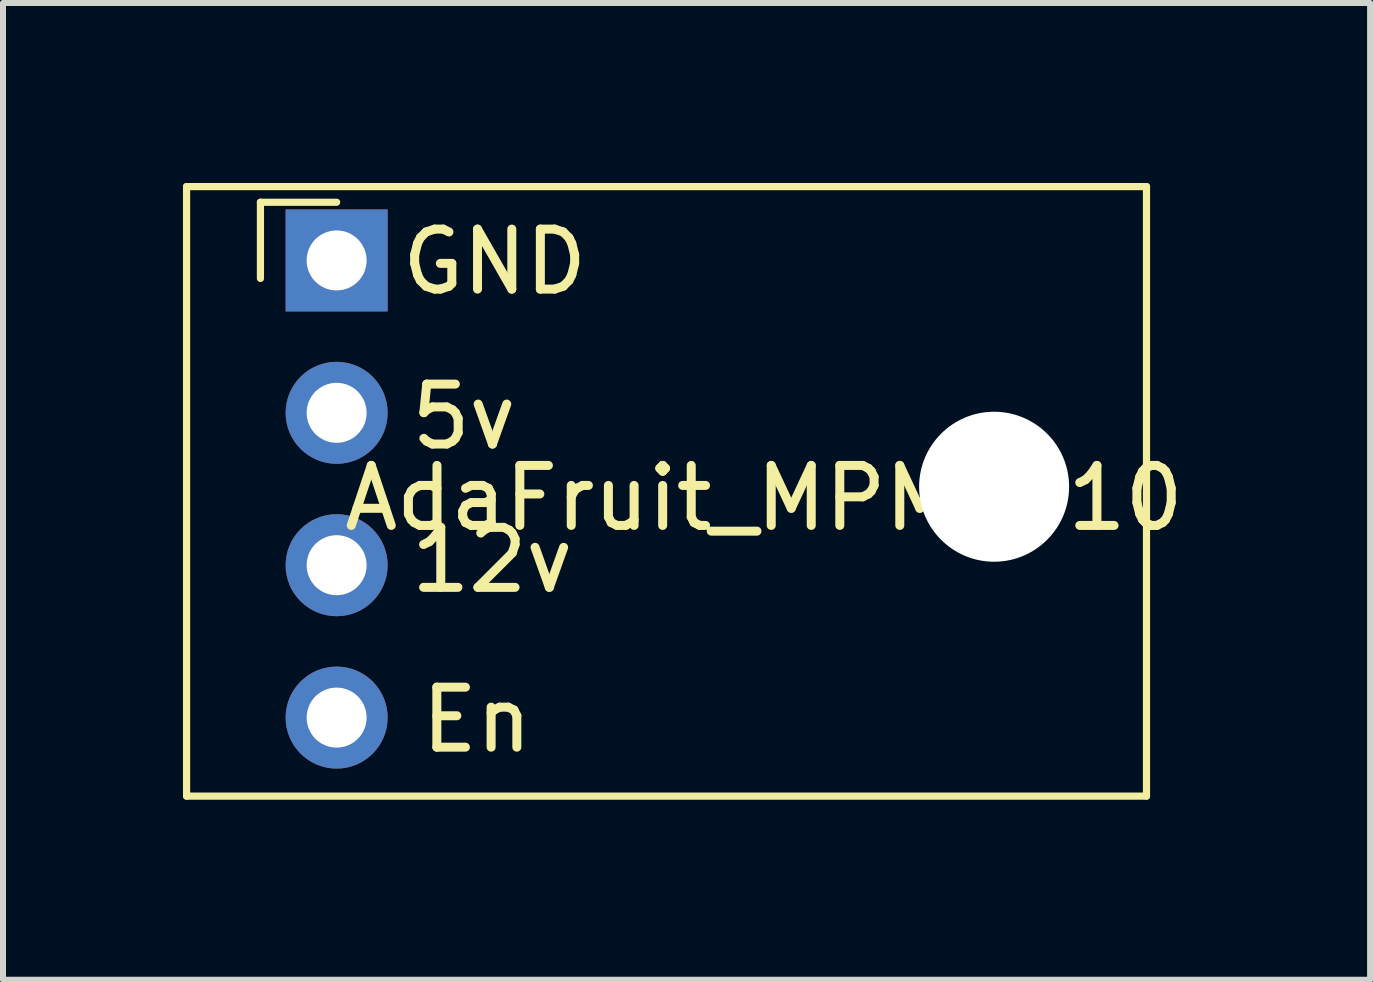
<source format=kicad_pcb>
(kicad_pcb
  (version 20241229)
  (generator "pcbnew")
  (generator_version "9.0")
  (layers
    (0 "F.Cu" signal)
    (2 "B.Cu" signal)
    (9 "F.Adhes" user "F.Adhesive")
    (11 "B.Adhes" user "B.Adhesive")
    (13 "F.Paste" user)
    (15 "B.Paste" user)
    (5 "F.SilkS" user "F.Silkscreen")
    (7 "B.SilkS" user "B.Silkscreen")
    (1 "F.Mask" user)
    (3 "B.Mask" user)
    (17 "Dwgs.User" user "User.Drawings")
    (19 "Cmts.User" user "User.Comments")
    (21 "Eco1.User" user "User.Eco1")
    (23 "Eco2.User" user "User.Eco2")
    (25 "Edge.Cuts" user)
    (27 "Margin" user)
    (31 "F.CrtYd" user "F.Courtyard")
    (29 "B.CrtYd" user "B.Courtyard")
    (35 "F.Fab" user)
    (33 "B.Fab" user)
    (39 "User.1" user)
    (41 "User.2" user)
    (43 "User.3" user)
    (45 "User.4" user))
  (footprint "AdaFruit_MPM3610"
    (layer "F.Cu")
    (at 2.561 1.291)
    (property "Reference" "AdaFruit_MPM3610" (at 7.125 3.962 0) (layer "F.SilkS") (effects (font (size 1 1) (thickness 0.15))))
    (attr through_hole)
    (fp_line (start -2.501 -1.231) (end -2.501 8.929) (stroke (width 0.12) (type solid)) (layer "F.SilkS"))
    (fp_line (start -2.501 -1.231) (end 13.499 -1.231) (stroke (width 0.12) (type solid)) (layer "F.SilkS"))
    (fp_line (start -2.501 8.929) (end 13.499 8.929) (stroke (width 0.12) (type solid)) (layer "F.SilkS"))
    (fp_line (start -1.27 -0.97) (end 0 -0.97) (stroke (width 0.12) (type solid)) (layer "F.SilkS"))
    (fp_line (start -1.27 0.3) (end -1.27 -0.97) (stroke (width 0.12) (type solid)) (layer "F.SilkS"))
    (fp_line (start 13.499 -1.231) (end 13.499 8.929) (stroke (width 0.12) (type solid)) (layer "F.SilkS"))
    (fp_line (start -0.32 -0.32) (end -0.32 0.32) (stroke (width 0.1) (type solid)) (layer "F.Fab"))
    (fp_line (start -0.32 2.22) (end -0.32 2.86) (stroke (width 0.1) (type solid)) (layer "F.Fab"))
    (fp_line (start -0.32 4.76) (end -0.32 5.4) (stroke (width 0.1) (type solid)) (layer "F.Fab"))
    (fp_line (start -0.32 7.3) (end -0.32 7.94) (stroke (width 0.1) (type solid)) (layer "F.Fab"))
    (fp_text user "12v" (at 2.593 4.994 180) (layer "F.SilkS") (effects (font (size 1 1) (thickness 0.15))))
    (fp_text user "5v" (at 2.121 2.606 180) (layer "F.SilkS") (effects (font (size 1 1) (thickness 0.15))))
    (fp_text user "GND" (at 2.634 0.023 180) (layer "F.SilkS") (effects (font (size 1 1) (thickness 0.15))))
    (fp_text user "En" (at 2.337 7.658 180) (layer "F.SilkS") (effects (font (size 1 1) (thickness 0.15))))
    (pad "" np_thru_hole oval (at 10.959 3.772 105) (size 2.5 2.5) (drill oval 2.5) (layers "*.Cu" "*.Mask"))
    (pad "1" thru_hole rect (at 0 0) (size 1.7 1.7) (drill 1) (layers "*.Cu" "*.Mask"))
    (pad "2" thru_hole oval (at 0 2.54) (size 1.7 1.7) (drill 1) (layers "*.Cu" "*.Mask"))
    (pad "3" thru_hole oval (at 0 5.08) (size 1.7 1.7) (drill 1) (layers "*.Cu" "*.Mask"))
    (pad "4" thru_hole oval (at 0 7.62) (size 1.7 1.7) (drill 1) (layers "*.Cu" "*.Mask")))
  (gr_rect
    (start -3 -3)
    (end 19.787 13.28)
    (stroke (width 0.1) (type default))
    (fill no)
    (layer "Edge.Cuts")))
</source>
